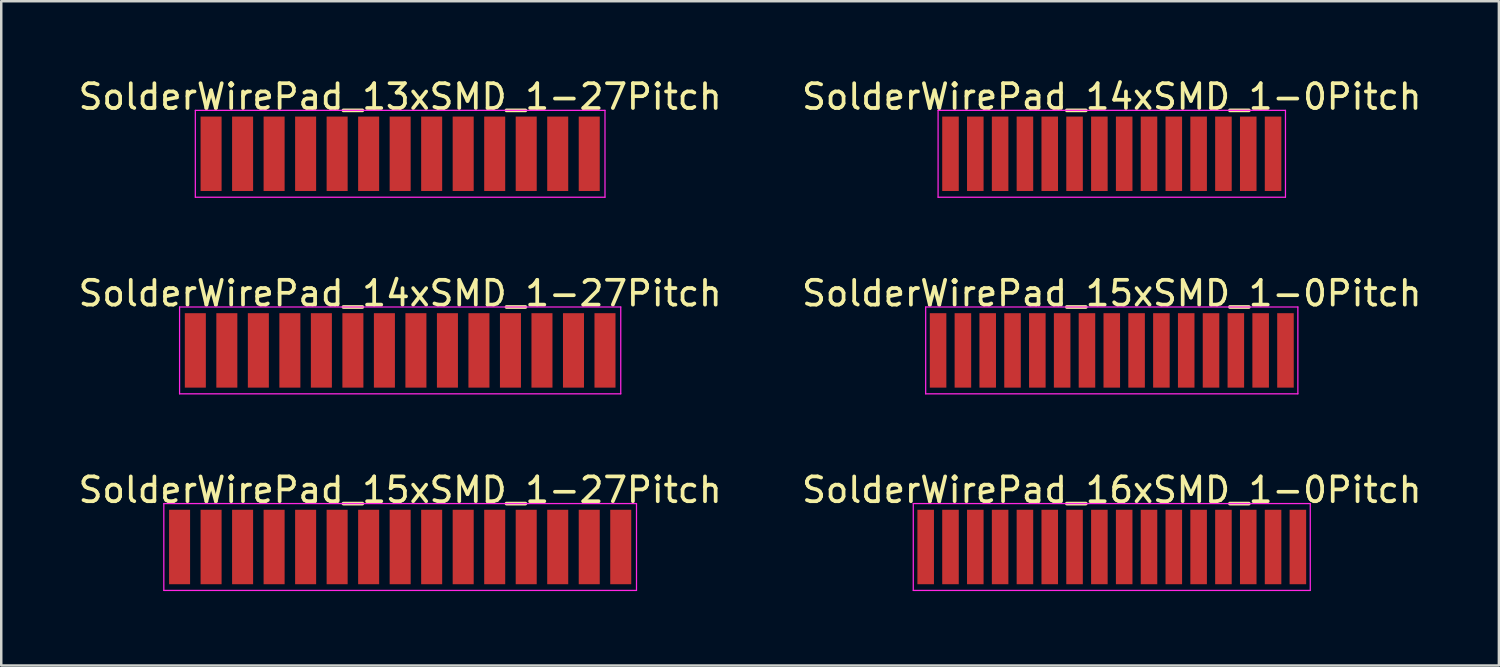
<source format=kicad_pcb>
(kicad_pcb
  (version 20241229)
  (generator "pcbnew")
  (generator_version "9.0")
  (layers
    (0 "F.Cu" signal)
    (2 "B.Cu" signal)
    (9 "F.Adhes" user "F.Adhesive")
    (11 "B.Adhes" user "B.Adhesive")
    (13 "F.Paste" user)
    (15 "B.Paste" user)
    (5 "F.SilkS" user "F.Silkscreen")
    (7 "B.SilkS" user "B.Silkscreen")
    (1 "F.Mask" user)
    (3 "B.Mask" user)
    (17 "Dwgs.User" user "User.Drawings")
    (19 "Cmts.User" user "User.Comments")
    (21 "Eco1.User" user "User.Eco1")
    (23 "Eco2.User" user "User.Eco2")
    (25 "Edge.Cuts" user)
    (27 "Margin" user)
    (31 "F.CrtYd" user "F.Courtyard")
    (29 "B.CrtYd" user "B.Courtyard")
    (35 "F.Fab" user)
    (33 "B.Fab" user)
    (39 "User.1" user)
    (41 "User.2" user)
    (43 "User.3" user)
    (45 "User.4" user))
  (footprint "SolderWirePad_14xSMD_1-0Pitch"
    (layer "F.Cu")
    (at 41.756 3.148)
    (property "Reference" "SolderWirePad_14xSMD_1-0Pitch" (at 0 -2.3 0) (layer "F.SilkS") (effects (font (size 1 1) (thickness 0.15))))
    (attr through_hole)
    (fp_line (start -7 -1.75) (end 7 -1.75) (stroke (width 0.05) (type solid)) (layer "F.CrtYd"))
    (fp_line (start -7 1.75) (end -7 -1.75) (stroke (width 0.05) (type solid)) (layer "F.CrtYd"))
    (fp_line (start 7 -1.75) (end 7 1.75) (stroke (width 0.05) (type solid)) (layer "F.CrtYd"))
    (fp_line (start 7 1.75) (end -7 1.75) (stroke (width 0.05) (type solid)) (layer "F.CrtYd"))
    (pad "1" smd rect (at -6.5 0) (size 0.667 3) (layers "F.Cu" "F.Mask" "F.Paste"))
    (pad "2" smd rect (at -5.5 0) (size 0.667 3) (layers "F.Cu" "F.Mask" "F.Paste"))
    (pad "3" smd rect (at -4.5 0) (size 0.667 3) (layers "F.Cu" "F.Mask" "F.Paste"))
    (pad "4" smd rect (at -3.5 0) (size 0.667 3) (layers "F.Cu" "F.Mask" "F.Paste"))
    (pad "5" smd rect (at -2.5 0) (size 0.667 3) (layers "F.Cu" "F.Mask" "F.Paste"))
    (pad "6" smd rect (at -1.5 0) (size 0.667 3) (layers "F.Cu" "F.Mask" "F.Paste"))
    (pad "7" smd rect (at -0.5 0) (size 0.667 3) (layers "F.Cu" "F.Mask" "F.Paste"))
    (pad "8" smd rect (at 0.5 0) (size 0.667 3) (layers "F.Cu" "F.Mask" "F.Paste"))
    (pad "9" smd rect (at 1.5 0) (size 0.667 3) (layers "F.Cu" "F.Mask" "F.Paste"))
    (pad "10" smd rect (at 2.5 0) (size 0.667 3) (layers "F.Cu" "F.Mask" "F.Paste"))
    (pad "11" smd rect (at 3.5 0) (size 0.667 3) (layers "F.Cu" "F.Mask" "F.Paste"))
    (pad "12" smd rect (at 4.5 0) (size 0.667 3) (layers "F.Cu" "F.Mask" "F.Paste"))
    (pad "13" smd rect (at 5.5 0) (size 0.667 3) (layers "F.Cu" "F.Mask" "F.Paste"))
    (pad "14" smd rect (at 6.5 0) (size 0.667 3) (layers "F.Cu" "F.Mask" "F.Paste")))
  (footprint "SolderWirePad_15xSMD_1-0Pitch"
    (layer "F.Cu")
    (at 41.756 11.072)
    (property "Reference" "SolderWirePad_15xSMD_1-0Pitch" (at 0 -2.3 0) (layer "F.SilkS") (effects (font (size 1 1) (thickness 0.15))))
    (attr through_hole)
    (fp_line (start -7.5 -1.75) (end 7.5 -1.75) (stroke (width 0.05) (type solid)) (layer "F.CrtYd"))
    (fp_line (start -7.5 1.75) (end -7.5 -1.75) (stroke (width 0.05) (type solid)) (layer "F.CrtYd"))
    (fp_line (start 7.5 -1.75) (end 7.5 1.75) (stroke (width 0.05) (type solid)) (layer "F.CrtYd"))
    (fp_line (start 7.5 1.75) (end -7.5 1.75) (stroke (width 0.05) (type solid)) (layer "F.CrtYd"))
    (pad "1" smd rect (at -7 0) (size 0.667 3) (layers "F.Cu" "F.Mask" "F.Paste"))
    (pad "2" smd rect (at -6 0) (size 0.667 3) (layers "F.Cu" "F.Mask" "F.Paste"))
    (pad "3" smd rect (at -5 0) (size 0.667 3) (layers "F.Cu" "F.Mask" "F.Paste"))
    (pad "4" smd rect (at -4 0) (size 0.667 3) (layers "F.Cu" "F.Mask" "F.Paste"))
    (pad "5" smd rect (at -3 0) (size 0.667 3) (layers "F.Cu" "F.Mask" "F.Paste"))
    (pad "6" smd rect (at -2 0) (size 0.667 3) (layers "F.Cu" "F.Mask" "F.Paste"))
    (pad "7" smd rect (at -1 0) (size 0.667 3) (layers "F.Cu" "F.Mask" "F.Paste"))
    (pad "8" smd rect (at 0 0) (size 0.667 3) (layers "F.Cu" "F.Mask" "F.Paste"))
    (pad "9" smd rect (at 1 0) (size 0.667 3) (layers "F.Cu" "F.Mask" "F.Paste"))
    (pad "10" smd rect (at 2 0) (size 0.667 3) (layers "F.Cu" "F.Mask" "F.Paste"))
    (pad "11" smd rect (at 3 0) (size 0.667 3) (layers "F.Cu" "F.Mask" "F.Paste"))
    (pad "12" smd rect (at 4 0) (size 0.667 3) (layers "F.Cu" "F.Mask" "F.Paste"))
    (pad "13" smd rect (at 5 0) (size 0.667 3) (layers "F.Cu" "F.Mask" "F.Paste"))
    (pad "14" smd rect (at 6 0) (size 0.667 3) (layers "F.Cu" "F.Mask" "F.Paste"))
    (pad "15" smd rect (at 7 0) (size 0.667 3) (layers "F.Cu" "F.Mask" "F.Paste")))
  (footprint "SolderWirePad_13xSMD_1-27Pitch"
    (layer "F.Cu")
    (at 13.077 3.148)
    (property "Reference" "SolderWirePad_13xSMD_1-27Pitch" (at 0 -2.3 0) (layer "F.SilkS") (effects (font (size 1 1) (thickness 0.15))))
    (attr through_hole)
    (fp_line (start -8.255 -1.75) (end 8.255 -1.75) (stroke (width 0.05) (type solid)) (layer "F.CrtYd"))
    (fp_line (start -8.255 1.75) (end -8.255 -1.75) (stroke (width 0.05) (type solid)) (layer "F.CrtYd"))
    (fp_line (start 8.255 -1.75) (end 8.255 1.75) (stroke (width 0.05) (type solid)) (layer "F.CrtYd"))
    (fp_line (start 8.255 1.75) (end -8.255 1.75) (stroke (width 0.05) (type solid)) (layer "F.CrtYd"))
    (pad "1" smd rect (at -7.62 0) (size 0.847 3) (layers "F.Cu" "F.Mask" "F.Paste"))
    (pad "2" smd rect (at -6.35 0) (size 0.847 3) (layers "F.Cu" "F.Mask" "F.Paste"))
    (pad "3" smd rect (at -5.08 0) (size 0.847 3) (layers "F.Cu" "F.Mask" "F.Paste"))
    (pad "4" smd rect (at -3.81 0) (size 0.847 3) (layers "F.Cu" "F.Mask" "F.Paste"))
    (pad "5" smd rect (at -2.54 0) (size 0.847 3) (layers "F.Cu" "F.Mask" "F.Paste"))
    (pad "6" smd rect (at -1.27 0) (size 0.847 3) (layers "F.Cu" "F.Mask" "F.Paste"))
    (pad "7" smd rect (at 0 0) (size 0.847 3) (layers "F.Cu" "F.Mask" "F.Paste"))
    (pad "8" smd rect (at 1.27 0) (size 0.847 3) (layers "F.Cu" "F.Mask" "F.Paste"))
    (pad "9" smd rect (at 2.54 0) (size 0.847 3) (layers "F.Cu" "F.Mask" "F.Paste"))
    (pad "10" smd rect (at 3.81 0) (size 0.847 3) (layers "F.Cu" "F.Mask" "F.Paste"))
    (pad "11" smd rect (at 5.08 0) (size 0.847 3) (layers "F.Cu" "F.Mask" "F.Paste"))
    (pad "12" smd rect (at 6.35 0) (size 0.847 3) (layers "F.Cu" "F.Mask" "F.Paste"))
    (pad "13" smd rect (at 7.62 0) (size 0.847 3) (layers "F.Cu" "F.Mask" "F.Paste")))
  (footprint "SolderWirePad_16xSMD_1-0Pitch"
    (layer "F.Cu")
    (at 41.756 18.995)
    (property "Reference" "SolderWirePad_16xSMD_1-0Pitch" (at 0 -2.3 0) (layer "F.SilkS") (effects (font (size 1 1) (thickness 0.15))))
    (attr through_hole)
    (fp_line (start -8 -1.75) (end 8 -1.75) (stroke (width 0.05) (type solid)) (layer "F.CrtYd"))
    (fp_line (start -8 1.75) (end -8 -1.75) (stroke (width 0.05) (type solid)) (layer "F.CrtYd"))
    (fp_line (start 8 -1.75) (end 8 1.75) (stroke (width 0.05) (type solid)) (layer "F.CrtYd"))
    (fp_line (start 8 1.75) (end -8 1.75) (stroke (width 0.05) (type solid)) (layer "F.CrtYd"))
    (pad "1" smd rect (at -7.5 0) (size 0.667 3) (layers "F.Cu" "F.Mask" "F.Paste"))
    (pad "2" smd rect (at -6.5 0) (size 0.667 3) (layers "F.Cu" "F.Mask" "F.Paste"))
    (pad "3" smd rect (at -5.5 0) (size 0.667 3) (layers "F.Cu" "F.Mask" "F.Paste"))
    (pad "4" smd rect (at -4.5 0) (size 0.667 3) (layers "F.Cu" "F.Mask" "F.Paste"))
    (pad "5" smd rect (at -3.5 0) (size 0.667 3) (layers "F.Cu" "F.Mask" "F.Paste"))
    (pad "6" smd rect (at -2.5 0) (size 0.667 3) (layers "F.Cu" "F.Mask" "F.Paste"))
    (pad "7" smd rect (at -1.5 0) (size 0.667 3) (layers "F.Cu" "F.Mask" "F.Paste"))
    (pad "8" smd rect (at -0.5 0) (size 0.667 3) (layers "F.Cu" "F.Mask" "F.Paste"))
    (pad "9" smd rect (at 0.5 0) (size 0.667 3) (layers "F.Cu" "F.Mask" "F.Paste"))
    (pad "10" smd rect (at 1.5 0) (size 0.667 3) (layers "F.Cu" "F.Mask" "F.Paste"))
    (pad "11" smd rect (at 2.5 0) (size 0.667 3) (layers "F.Cu" "F.Mask" "F.Paste"))
    (pad "12" smd rect (at 3.5 0) (size 0.667 3) (layers "F.Cu" "F.Mask" "F.Paste"))
    (pad "13" smd rect (at 4.5 0) (size 0.667 3) (layers "F.Cu" "F.Mask" "F.Paste"))
    (pad "14" smd rect (at 5.5 0) (size 0.667 3) (layers "F.Cu" "F.Mask" "F.Paste"))
    (pad "15" smd rect (at 6.5 0) (size 0.667 3) (layers "F.Cu" "F.Mask" "F.Paste"))
    (pad "16" smd rect (at 7.5 0) (size 0.667 3) (layers "F.Cu" "F.Mask" "F.Paste")))
  (footprint "SolderWirePad_15xSMD_1-27Pitch"
    (layer "F.Cu")
    (at 13.077 18.995)
    (property "Reference" "SolderWirePad_15xSMD_1-27Pitch" (at 0 -2.3 0) (layer "F.SilkS") (effects (font (size 1 1) (thickness 0.15))))
    (attr through_hole)
    (fp_line (start -9.525 -1.75) (end 9.525 -1.75) (stroke (width 0.05) (type solid)) (layer "F.CrtYd"))
    (fp_line (start -9.525 1.75) (end -9.525 -1.75) (stroke (width 0.05) (type solid)) (layer "F.CrtYd"))
    (fp_line (start 9.525 -1.75) (end 9.525 1.75) (stroke (width 0.05) (type solid)) (layer "F.CrtYd"))
    (fp_line (start 9.525 1.75) (end -9.525 1.75) (stroke (width 0.05) (type solid)) (layer "F.CrtYd"))
    (pad "1" smd rect (at -8.89 0) (size 0.847 3) (layers "F.Cu" "F.Mask" "F.Paste"))
    (pad "2" smd rect (at -7.62 0) (size 0.847 3) (layers "F.Cu" "F.Mask" "F.Paste"))
    (pad "3" smd rect (at -6.35 0) (size 0.847 3) (layers "F.Cu" "F.Mask" "F.Paste"))
    (pad "4" smd rect (at -5.08 0) (size 0.847 3) (layers "F.Cu" "F.Mask" "F.Paste"))
    (pad "5" smd rect (at -3.81 0) (size 0.847 3) (layers "F.Cu" "F.Mask" "F.Paste"))
    (pad "6" smd rect (at -2.54 0) (size 0.847 3) (layers "F.Cu" "F.Mask" "F.Paste"))
    (pad "7" smd rect (at -1.27 0) (size 0.847 3) (layers "F.Cu" "F.Mask" "F.Paste"))
    (pad "8" smd rect (at 0 0) (size 0.847 3) (layers "F.Cu" "F.Mask" "F.Paste"))
    (pad "9" smd rect (at 1.27 0) (size 0.847 3) (layers "F.Cu" "F.Mask" "F.Paste"))
    (pad "10" smd rect (at 2.54 0) (size 0.847 3) (layers "F.Cu" "F.Mask" "F.Paste"))
    (pad "11" smd rect (at 3.81 0) (size 0.847 3) (layers "F.Cu" "F.Mask" "F.Paste"))
    (pad "12" smd rect (at 5.08 0) (size 0.847 3) (layers "F.Cu" "F.Mask" "F.Paste"))
    (pad "13" smd rect (at 6.35 0) (size 0.847 3) (layers "F.Cu" "F.Mask" "F.Paste"))
    (pad "14" smd rect (at 7.62 0) (size 0.847 3) (layers "F.Cu" "F.Mask" "F.Paste"))
    (pad "15" smd rect (at 8.89 0) (size 0.847 3) (layers "F.Cu" "F.Mask" "F.Paste")))
  (footprint "SolderWirePad_14xSMD_1-27Pitch"
    (layer "F.Cu")
    (at 13.077 11.072)
    (property "Reference" "SolderWirePad_14xSMD_1-27Pitch" (at 0 -2.3 0) (layer "F.SilkS") (effects (font (size 1 1) (thickness 0.15))))
    (attr through_hole)
    (fp_line (start -8.89 -1.75) (end 8.89 -1.75) (stroke (width 0.05) (type solid)) (layer "F.CrtYd"))
    (fp_line (start -8.89 1.75) (end -8.89 -1.75) (stroke (width 0.05) (type solid)) (layer "F.CrtYd"))
    (fp_line (start 8.89 -1.75) (end 8.89 1.75) (stroke (width 0.05) (type solid)) (layer "F.CrtYd"))
    (fp_line (start 8.89 1.75) (end -8.89 1.75) (stroke (width 0.05) (type solid)) (layer "F.CrtYd"))
    (pad "1" smd rect (at -8.255 0) (size 0.847 3) (layers "F.Cu" "F.Mask" "F.Paste"))
    (pad "2" smd rect (at -6.985 0) (size 0.847 3) (layers "F.Cu" "F.Mask" "F.Paste"))
    (pad "3" smd rect (at -5.715 0) (size 0.847 3) (layers "F.Cu" "F.Mask" "F.Paste"))
    (pad "4" smd rect (at -4.445 0) (size 0.847 3) (layers "F.Cu" "F.Mask" "F.Paste"))
    (pad "5" smd rect (at -3.175 0) (size 0.847 3) (layers "F.Cu" "F.Mask" "F.Paste"))
    (pad "6" smd rect (at -1.905 0) (size 0.847 3) (layers "F.Cu" "F.Mask" "F.Paste"))
    (pad "7" smd rect (at -0.635 0) (size 0.847 3) (layers "F.Cu" "F.Mask" "F.Paste"))
    (pad "8" smd rect (at 0.635 0) (size 0.847 3) (layers "F.Cu" "F.Mask" "F.Paste"))
    (pad "9" smd rect (at 1.905 0) (size 0.847 3) (layers "F.Cu" "F.Mask" "F.Paste"))
    (pad "10" smd rect (at 3.175 0) (size 0.847 3) (layers "F.Cu" "F.Mask" "F.Paste"))
    (pad "11" smd rect (at 4.445 0) (size 0.847 3) (layers "F.Cu" "F.Mask" "F.Paste"))
    (pad "12" smd rect (at 5.715 0) (size 0.847 3) (layers "F.Cu" "F.Mask" "F.Paste"))
    (pad "13" smd rect (at 6.985 0) (size 0.847 3) (layers "F.Cu" "F.Mask" "F.Paste"))
    (pad "14" smd rect (at 8.255 0) (size 0.847 3) (layers "F.Cu" "F.Mask" "F.Paste")))
  (gr_rect
    (start -3 -3)
    (end 57.357 23.77)
    (stroke (width 0.1) (type default))
    (fill no)
    (layer "Edge.Cuts")))
</source>
